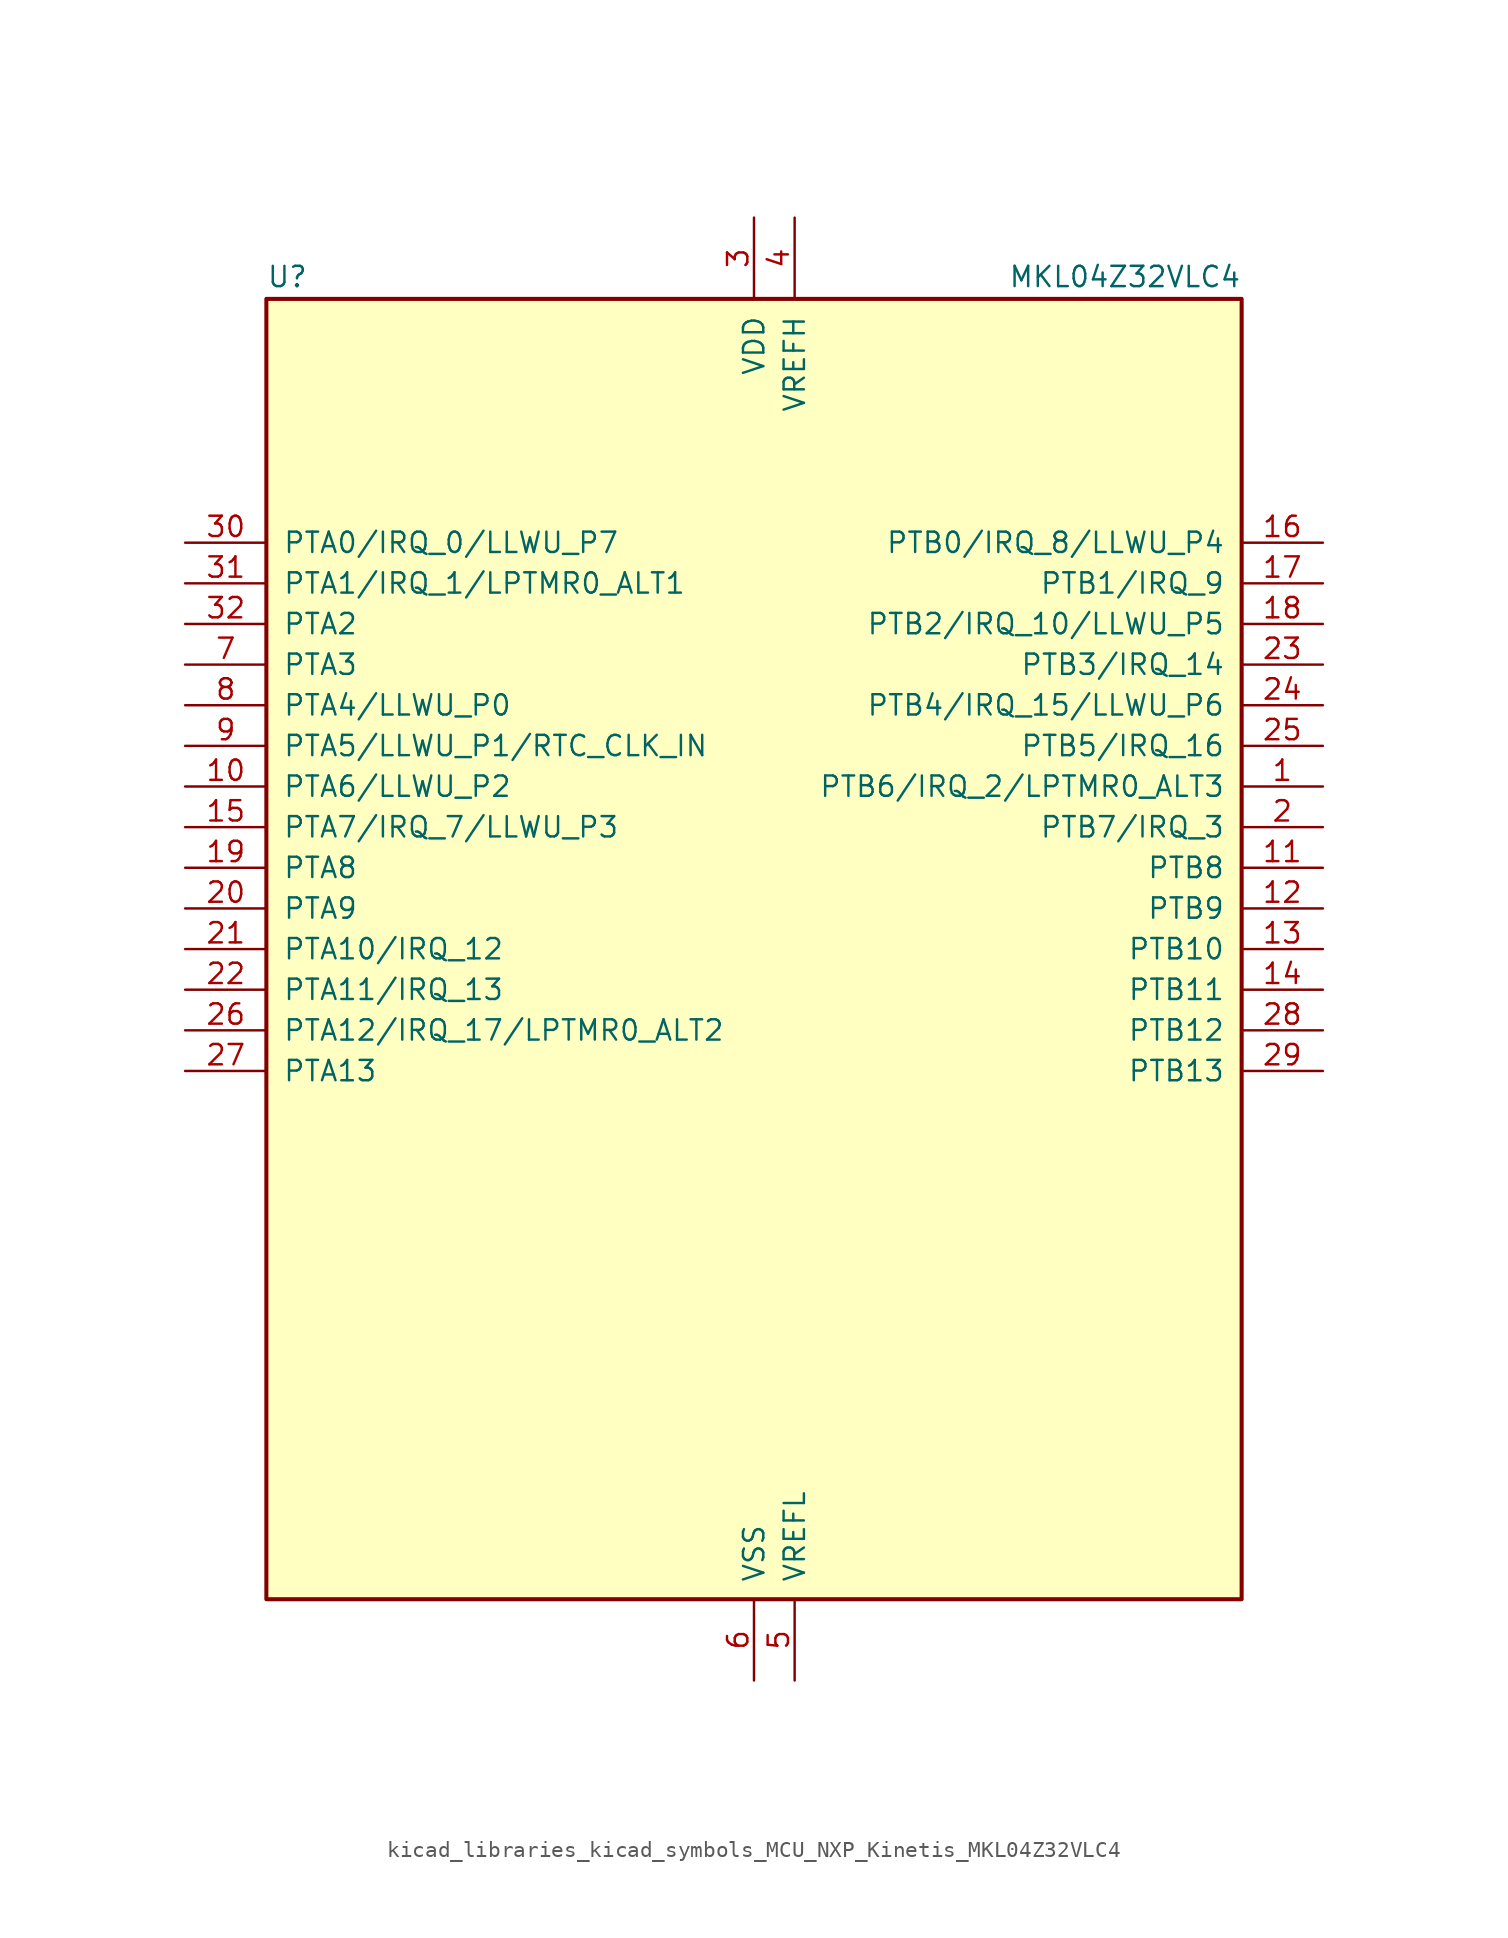
<source format=kicad_sym>
(kicad_symbol_lib
  (version 20220914)
  (generator kicad_symbol_editor)
  (symbol "kicad_libraries_kicad_symbols_MCU_NXP_Kinetis_MKL04Z32VLC4"
    (pin_names
      (offset 1.016))
    (property "Reference" "U"
      (at -30.48 41.275 0)
      (effects (font (size 1.27 1.27)) (justify left bottom)))
    (property "Value" "MKL04Z32VLC4"
      (at 30.48 41.275 0)
      (effects (font (size 1.27 1.27)) (justify right bottom)))
    (symbol "kicad_libraries_kicad_symbols_MCU_NXP_Kinetis_MKL04Z32VLC4_0_1"
      (rectangle (start -30.48 40.64) (end 30.48 -40.64) (stroke (width 0.254) (type default)) (fill (type background))))
    (symbol "kicad_libraries_kicad_symbols_MCU_NXP_Kinetis_MKL04Z32VLC4_1_1"
      (pin bidirectional line (at 35.56 10.16 180) (length 5.08) (name "PTB6/IRQ_2/LPTMR0_ALT3" (effects (font (size 1.27 1.27)))) (number "1" (effects (font (size 1.27 1.27)))))
      (pin bidirectional line (at -35.56 10.16 0) (length 5.08) (name "PTA6/LLWU_P2" (effects (font (size 1.27 1.27)))) (number "10" (effects (font (size 1.27 1.27)))))
      (pin bidirectional line (at 35.56 5.08 180) (length 5.08) (name "PTB8" (effects (font (size 1.27 1.27)))) (number "11" (effects (font (size 1.27 1.27)))))
      (pin bidirectional line (at 35.56 2.54 180) (length 5.08) (name "PTB9" (effects (font (size 1.27 1.27)))) (number "12" (effects (font (size 1.27 1.27)))))
      (pin bidirectional line (at 35.56 0 180) (length 5.08) (name "PTB10" (effects (font (size 1.27 1.27)))) (number "13" (effects (font (size 1.27 1.27)))))
      (pin bidirectional line (at 35.56 -2.54 180) (length 5.08) (name "PTB11" (effects (font (size 1.27 1.27)))) (number "14" (effects (font (size 1.27 1.27)))))
      (pin bidirectional line (at -35.56 7.62 0) (length 5.08) (name "PTA7/IRQ_7/LLWU_P3" (effects (font (size 1.27 1.27)))) (number "15" (effects (font (size 1.27 1.27)))))
      (pin bidirectional line (at 35.56 25.4 180) (length 5.08) (name "PTB0/IRQ_8/LLWU_P4" (effects (font (size 1.27 1.27)))) (number "16" (effects (font (size 1.27 1.27)))))
      (pin bidirectional line (at 35.56 22.86 180) (length 5.08) (name "PTB1/IRQ_9" (effects (font (size 1.27 1.27)))) (number "17" (effects (font (size 1.27 1.27)))))
      (pin bidirectional line (at 35.56 20.32 180) (length 5.08) (name "PTB2/IRQ_10/LLWU_P5" (effects (font (size 1.27 1.27)))) (number "18" (effects (font (size 1.27 1.27)))))
      (pin bidirectional line (at -35.56 5.08 0) (length 5.08) (name "PTA8" (effects (font (size 1.27 1.27)))) (number "19" (effects (font (size 1.27 1.27)))))
      (pin bidirectional line (at 35.56 7.62 180) (length 5.08) (name "PTB7/IRQ_3" (effects (font (size 1.27 1.27)))) (number "2" (effects (font (size 1.27 1.27)))))
      (pin bidirectional line (at -35.56 2.54 0) (length 5.08) (name "PTA9" (effects (font (size 1.27 1.27)))) (number "20" (effects (font (size 1.27 1.27)))))
      (pin bidirectional line (at -35.56 0 0) (length 5.08) (name "PTA10/IRQ_12" (effects (font (size 1.27 1.27)))) (number "21" (effects (font (size 1.27 1.27)))))
      (pin bidirectional line (at -35.56 -2.54 0) (length 5.08) (name "PTA11/IRQ_13" (effects (font (size 1.27 1.27)))) (number "22" (effects (font (size 1.27 1.27)))))
      (pin bidirectional line (at 35.56 17.78 180) (length 5.08) (name "PTB3/IRQ_14" (effects (font (size 1.27 1.27)))) (number "23" (effects (font (size 1.27 1.27)))))
      (pin bidirectional line (at 35.56 15.24 180) (length 5.08) (name "PTB4/IRQ_15/LLWU_P6" (effects (font (size 1.27 1.27)))) (number "24" (effects (font (size 1.27 1.27)))))
      (pin bidirectional line (at 35.56 12.7 180) (length 5.08) (name "PTB5/IRQ_16" (effects (font (size 1.27 1.27)))) (number "25" (effects (font (size 1.27 1.27)))))
      (pin bidirectional line (at -35.56 -5.08 0) (length 5.08) (name "PTA12/IRQ_17/LPTMR0_ALT2" (effects (font (size 1.27 1.27)))) (number "26" (effects (font (size 1.27 1.27)))))
      (pin bidirectional line (at -35.56 -7.62 0) (length 5.08) (name "PTA13" (effects (font (size 1.27 1.27)))) (number "27" (effects (font (size 1.27 1.27)))))
      (pin bidirectional line (at 35.56 -5.08 180) (length 5.08) (name "PTB12" (effects (font (size 1.27 1.27)))) (number "28" (effects (font (size 1.27 1.27)))))
      (pin bidirectional line (at 35.56 -7.62 180) (length 5.08) (name "PTB13" (effects (font (size 1.27 1.27)))) (number "29" (effects (font (size 1.27 1.27)))))
      (pin power_in line (at 0 45.72 270) (length 5.08) (name "VDD" (effects (font (size 1.27 1.27)))) (number "3" (effects (font (size 1.27 1.27)))))
      (pin bidirectional line (at -35.56 25.4 0) (length 5.08) (name "PTA0/IRQ_0/LLWU_P7" (effects (font (size 1.27 1.27)))) (number "30" (effects (font (size 1.27 1.27)))))
      (pin bidirectional line (at -35.56 22.86 0) (length 5.08) (name "PTA1/IRQ_1/LPTMR0_ALT1" (effects (font (size 1.27 1.27)))) (number "31" (effects (font (size 1.27 1.27)))))
      (pin bidirectional line (at -35.56 20.32 0) (length 5.08) (name "PTA2" (effects (font (size 1.27 1.27)))) (number "32" (effects (font (size 1.27 1.27)))))
      (pin power_in line (at 2.54 45.72 270) (length 5.08) (name "VREFH" (effects (font (size 1.27 1.27)))) (number "4" (effects (font (size 1.27 1.27)))))
      (pin power_in line (at 2.54 -45.72 90) (length 5.08) (name "VREFL" (effects (font (size 1.27 1.27)))) (number "5" (effects (font (size 1.27 1.27)))))
      (pin power_in line (at 0 -45.72 90) (length 5.08) (name "VSS" (effects (font (size 1.27 1.27)))) (number "6" (effects (font (size 1.27 1.27)))))
      (pin bidirectional line (at -35.56 17.78 0) (length 5.08) (name "PTA3" (effects (font (size 1.27 1.27)))) (number "7" (effects (font (size 1.27 1.27)))))
      (pin bidirectional line (at -35.56 15.24 0) (length 5.08) (name "PTA4/LLWU_P0" (effects (font (size 1.27 1.27)))) (number "8" (effects (font (size 1.27 1.27)))))
      (pin bidirectional line (at -35.56 12.7 0) (length 5.08) (name "PTA5/LLWU_P1/RTC_CLK_IN" (effects (font (size 1.27 1.27)))) (number "9" (effects (font (size 1.27 1.27))))))))
</source>
